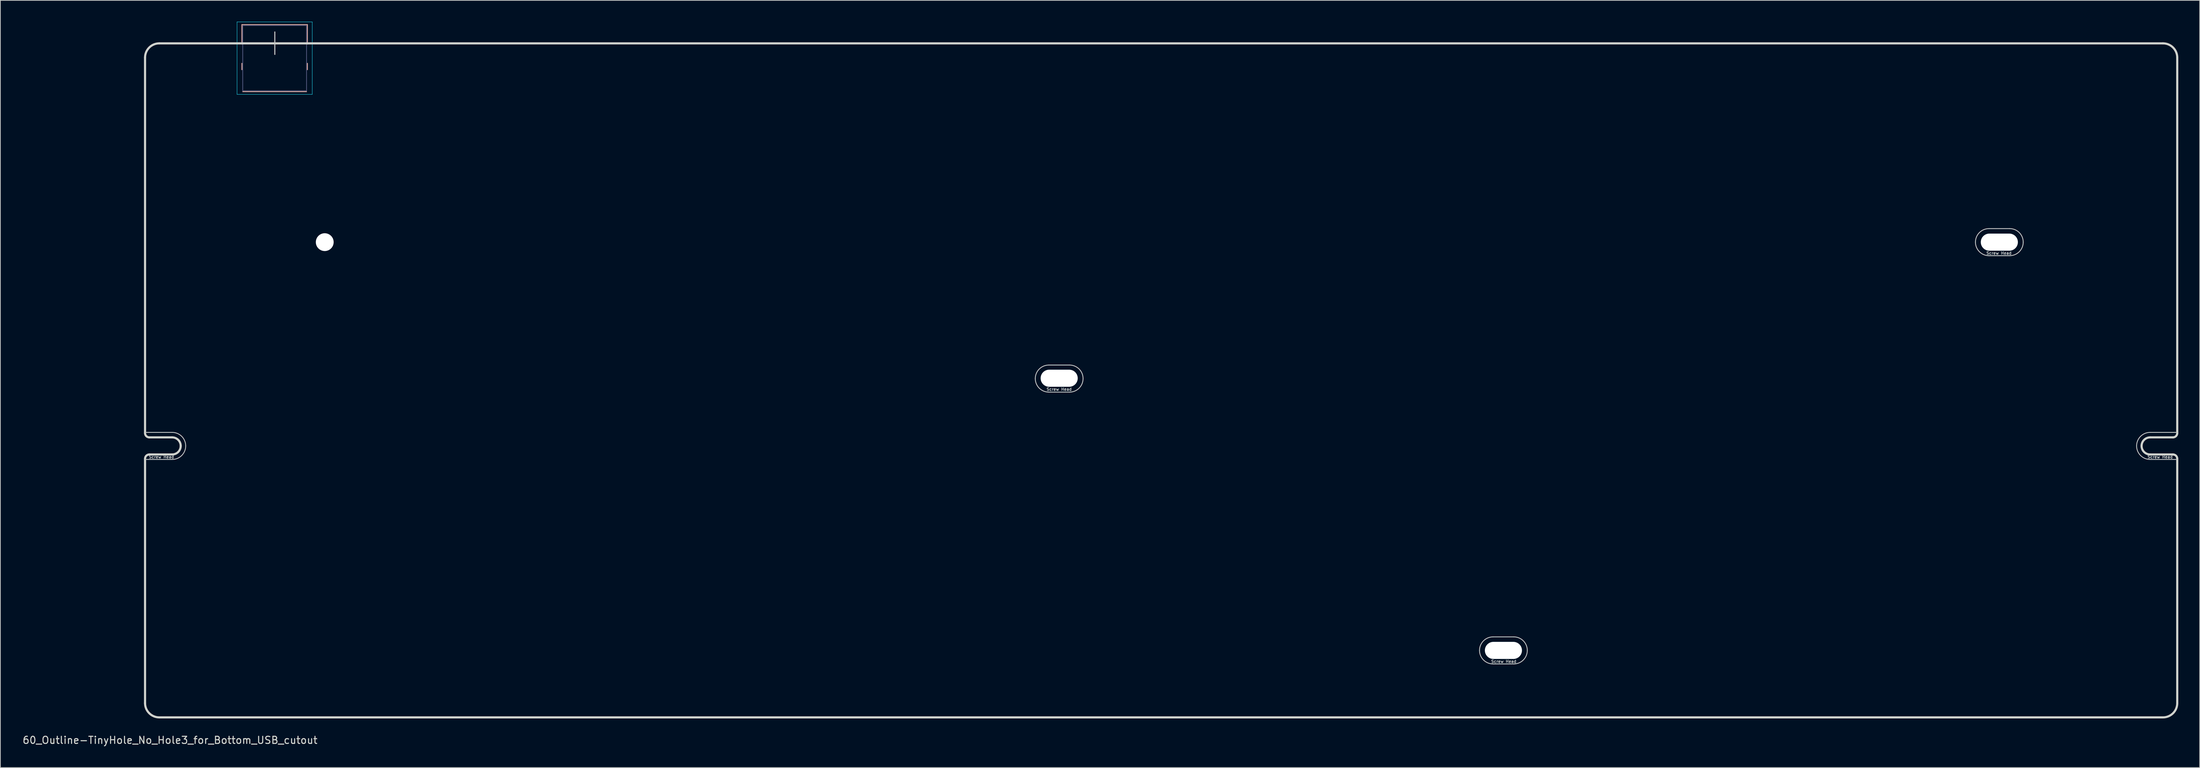
<source format=kicad_pcb>
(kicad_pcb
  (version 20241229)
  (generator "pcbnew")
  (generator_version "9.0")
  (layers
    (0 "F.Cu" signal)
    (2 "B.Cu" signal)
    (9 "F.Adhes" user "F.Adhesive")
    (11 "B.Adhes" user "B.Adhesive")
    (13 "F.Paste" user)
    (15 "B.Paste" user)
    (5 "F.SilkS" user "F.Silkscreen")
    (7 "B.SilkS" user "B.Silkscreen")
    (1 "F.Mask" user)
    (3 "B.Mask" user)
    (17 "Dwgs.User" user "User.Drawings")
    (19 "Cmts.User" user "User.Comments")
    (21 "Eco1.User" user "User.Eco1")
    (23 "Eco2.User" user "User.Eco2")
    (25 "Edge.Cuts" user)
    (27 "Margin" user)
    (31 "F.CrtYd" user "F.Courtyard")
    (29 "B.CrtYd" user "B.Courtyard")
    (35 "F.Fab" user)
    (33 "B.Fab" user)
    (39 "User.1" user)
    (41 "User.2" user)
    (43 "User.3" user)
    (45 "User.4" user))
  (footprint "60_Outline-TinyHole_No_Hole3_for_Bottom_USB_cutout"
    (layer "F.Cu")
    (at 35.492 3.035)
    (property "Reference" "60_Outline-TinyHole_No_Hole3_for_Bottom_USB_cutout" (at -14.7 97.8 0) (layer "Edge.Cuts") (effects (font (size 1 1) (thickness 0.15))))
    (attr through_hole)
    (fp_line (start -4.62 -2.63) (end 4.57 -2.63) (stroke (width 0.12) (type solid)) (layer "B.SilkS"))
    (fp_line (start -4.62 0.1) (end -4.62 -2.63) (stroke (width 0.12) (type solid)) (layer "B.SilkS"))
    (fp_line (start -4.62 3.7) (end -4.62 2.8) (stroke (width 0.12) (type solid)) (layer "B.SilkS"))
    (fp_line (start -4.5 6.78) (end 4.45 6.78) (stroke (width 0.12) (type solid)) (layer "B.SilkS"))
    (fp_line (start 4.57 0.1) (end 4.57 -2.63) (stroke (width 0.12) (type solid)) (layer "B.SilkS"))
    (fp_line (start 4.57 3.7) (end 4.57 2.8) (stroke (width 0.12) (type solid)) (layer "B.SilkS"))
    (fp_line (start -18.2 54.6) (end -14.4 54.6) (stroke (width 0.12) (type solid)) (layer "Dwgs.User"))
    (fp_line (start -18.2 58.4) (end -14.4 58.4) (stroke (width 0.12) (type solid)) (layer "Dwgs.User"))
    (fp_line (start 0 -1.6) (end 0 1.55) (stroke (width 0.15) (type solid)) (layer "Dwgs.User"))
    (fp_line (start 108.55 45.15) (end 111.45 45.15) (stroke (width 0.12) (type solid)) (layer "Dwgs.User"))
    (fp_line (start 108.55 48.95) (end 111.45 48.95) (stroke (width 0.12) (type solid)) (layer "Dwgs.User"))
    (fp_line (start 170.85 83.3) (end 173.75 83.3) (stroke (width 0.12) (type solid)) (layer "Dwgs.User"))
    (fp_line (start 170.85 87.1) (end 173.75 87.1) (stroke (width 0.12) (type solid)) (layer "Dwgs.User"))
    (fp_line (start 240.4 26) (end 243.3 26) (stroke (width 0.12) (type solid)) (layer "Dwgs.User"))
    (fp_line (start 240.4 29.8) (end 243.3 29.8) (stroke (width 0.12) (type solid)) (layer "Dwgs.User"))
    (fp_line (start 263 54.6) (end 266.8 54.6) (stroke (width 0.12) (type solid)) (layer "Dwgs.User"))
    (fp_line (start 263 58.4) (end 266.8 58.4) (stroke (width 0.12) (type solid)) (layer "Dwgs.User"))
    (fp_arc (start -14.4 54.6) (mid -13.056497 55.156497) (end -12.5 56.5) (stroke (width 0.12) (type solid)) (layer "Dwgs.User"))
    (fp_arc (start -12.5 56.5) (mid -13.056497 57.843503) (end -14.4 58.4) (stroke (width 0.12) (type solid)) (layer "Dwgs.User"))
    (fp_arc (start 106.65 47.05) (mid 107.206497 45.706497) (end 108.55 45.15) (stroke (width 0.12) (type solid)) (layer "Dwgs.User"))
    (fp_arc (start 108.55 48.95) (mid 107.206497 48.393503) (end 106.65 47.05) (stroke (width 0.12) (type solid)) (layer "Dwgs.User"))
    (fp_arc (start 111.45 45.15) (mid 112.793503 45.706497) (end 113.35 47.05) (stroke (width 0.12) (type solid)) (layer "Dwgs.User"))
    (fp_arc (start 113.35 47.05) (mid 112.793503 48.393503) (end 111.45 48.95) (stroke (width 0.12) (type solid)) (layer "Dwgs.User"))
    (fp_arc (start 168.95 85.2) (mid 169.506497 83.856497) (end 170.85 83.3) (stroke (width 0.12) (type solid)) (layer "Dwgs.User"))
    (fp_arc (start 170.85 87.1) (mid 169.506497 86.543503) (end 168.95 85.2) (stroke (width 0.12) (type solid)) (layer "Dwgs.User"))
    (fp_arc (start 173.75 83.3) (mid 175.093503 83.856497) (end 175.65 85.2) (stroke (width 0.12) (type solid)) (layer "Dwgs.User"))
    (fp_arc (start 175.65 85.2) (mid 175.093503 86.543503) (end 173.75 87.1) (stroke (width 0.12) (type solid)) (layer "Dwgs.User"))
    (fp_arc (start 238.5 27.9) (mid 239.056497 26.556497) (end 240.4 26) (stroke (width 0.12) (type solid)) (layer "Dwgs.User"))
    (fp_arc (start 240.4 29.8) (mid 239.056497 29.243503) (end 238.5 27.9) (stroke (width 0.12) (type solid)) (layer "Dwgs.User"))
    (fp_arc (start 243.3 26) (mid 244.643503 26.556497) (end 245.2 27.9) (stroke (width 0.12) (type solid)) (layer "Dwgs.User"))
    (fp_arc (start 245.2 27.9) (mid 244.643503 29.243503) (end 243.3 29.8) (stroke (width 0.12) (type solid)) (layer "Dwgs.User"))
    (fp_arc (start 261.1 56.5) (mid 261.656497 55.156497) (end 263 54.6) (stroke (width 0.12) (type solid)) (layer "Dwgs.User"))
    (fp_arc (start 263 58.4) (mid 261.656497 57.843503) (end 261.1 56.5) (stroke (width 0.12) (type solid)) (layer "Dwgs.User"))
    (fp_line (start -18.2 54.7) (end -18.2 2) (stroke (width 0.3) (type solid)) (layer "Edge.Cuts"))
    (fp_line (start -18.2 92.6) (end -18.2 58.3) (stroke (width 0.3) (type solid)) (layer "Edge.Cuts"))
    (fp_line (start -17.6 57.7) (end -14.4 57.7) (stroke (width 0.3) (type solid)) (layer "Edge.Cuts"))
    (fp_line (start -14.4 55.3) (end -17.6 55.3) (stroke (width 0.3) (type solid)) (layer "Edge.Cuts"))
    (fp_line (start 263 57.7) (end 266.2 57.7) (stroke (width 0.3) (type solid)) (layer "Edge.Cuts"))
    (fp_line (start 264.8 0) (end -16.2 0) (stroke (width 0.3) (type solid)) (layer "Edge.Cuts"))
    (fp_line (start 264.8 94.6) (end -16.2 94.6) (stroke (width 0.3) (type solid)) (layer "Edge.Cuts"))
    (fp_line (start 266.2 55.3) (end 263 55.3) (stroke (width 0.3) (type solid)) (layer "Edge.Cuts"))
    (fp_line (start 266.8 54.7) (end 266.8 2) (stroke (width 0.3) (type solid)) (layer "Edge.Cuts"))
    (fp_line (start 266.8 58.3) (end 266.8 92.6) (stroke (width 0.3) (type solid)) (layer "Edge.Cuts"))
    (fp_arc (start -18.2 2) (mid -17.614214 0.585786) (end -16.2 0) (stroke (width 0.3) (type solid)) (layer "Edge.Cuts"))
    (fp_arc (start -18.2 58.3) (mid -18.024264 57.875736) (end -17.6 57.7) (stroke (width 0.3) (type solid)) (layer "Edge.Cuts"))
    (fp_arc (start -17.6 55.3) (mid -18.024264 55.124264) (end -18.2 54.7) (stroke (width 0.3) (type solid)) (layer "Edge.Cuts"))
    (fp_arc (start -16.2 94.6) (mid -17.614214 94.014214) (end -18.2 92.6) (stroke (width 0.3) (type solid)) (layer "Edge.Cuts"))
    (fp_arc (start -14.4 55.3) (mid -13.551472 55.651472) (end -13.2 56.5) (stroke (width 0.3) (type solid)) (layer "Edge.Cuts"))
    (fp_arc (start -13.2 56.5) (mid -13.551472 57.348528) (end -14.4 57.7) (stroke (width 0.3) (type solid)) (layer "Edge.Cuts"))
    (fp_arc (start 261.8 56.5) (mid 262.151472 55.651472) (end 263 55.3) (stroke (width 0.3) (type solid)) (layer "Edge.Cuts"))
    (fp_arc (start 263 57.7) (mid 262.151472 57.348528) (end 261.8 56.5) (stroke (width 0.3) (type solid)) (layer "Edge.Cuts"))
    (fp_arc (start 264.8 0) (mid 266.214214 0.585786) (end 266.8 2) (stroke (width 0.3) (type solid)) (layer "Edge.Cuts"))
    (fp_arc (start 266.2 57.7) (mid 266.624264 57.875736) (end 266.8 58.3) (stroke (width 0.3) (type solid)) (layer "Edge.Cuts"))
    (fp_arc (start 266.8 54.7) (mid 266.624264 55.124264) (end 266.2 55.3) (stroke (width 0.3) (type solid)) (layer "Edge.Cuts"))
    (fp_arc (start 266.8 92.6) (mid 266.214214 94.014214) (end 264.8 94.6) (stroke (width 0.3) (type solid)) (layer "Edge.Cuts"))
    (fp_line (start -5.3 -3.01) (end 5.25 -3.01) (stroke (width 0.05) (type solid)) (layer "B.CrtYd"))
    (fp_line (start -5.3 7.16) (end -5.3 -3.01) (stroke (width 0.05) (type solid)) (layer "B.CrtYd"))
    (fp_line (start -5.3 7.16) (end 5.25 7.16) (stroke (width 0.05) (type solid)) (layer "B.CrtYd"))
    (fp_line (start 5.25 7.16) (end 5.25 -3.01) (stroke (width 0.05) (type solid)) (layer "B.CrtYd"))
    (fp_line (start -4.5 -2.51) (end 4.45 -2.51) (stroke (width 0.1) (type solid)) (layer "B.Fab"))
    (fp_line (start -4.5 6.66) (end -4.5 -2.51) (stroke (width 0.1) (type solid)) (layer "B.Fab"))
    (fp_line (start -4.5 6.66) (end 4.45 6.66) (stroke (width 0.1) (type solid)) (layer "B.Fab"))
    (fp_line (start -3.025 0) (end 2.975 0) (stroke (width 0.1) (type solid)) (layer "B.Fab"))
    (fp_line (start 4.45 6.66) (end 4.45 -2.51) (stroke (width 0.1) (type solid)) (layer "B.Fab"))
    (fp_text user "Screw Head" (at 172.35 86.75 0) (layer "Dwgs.User") (effects (font (size 0.4 0.4) (thickness 0.08))))
    (fp_text user "Screw Head" (at 241.8 29.45 0) (layer "Dwgs.User") (effects (font (size 0.4 0.4) (thickness 0.08))))
    (fp_text user "Screw Head" (at 264.4 58.05 0) (layer "Dwgs.User") (effects (font (size 0.4 0.4) (thickness 0.08))))
    (fp_text user "Screw Head" (at 110 48.55 0) (layer "Dwgs.User") (effects (font (size 0.4 0.4) (thickness 0.08))))
    (fp_text user "Screw Head" (at -15.9 58.05 0) (layer "Dwgs.User") (effects (font (size 0.4 0.4) (thickness 0.08))))
    (pad "" np_thru_hole circle (at 7 27.9) (size 2.499 2.499) (drill 2.499) (layers "*.Cu" "*.Mask"))
    (pad "" np_thru_hole oval (at 110 47) (size 5.2 2.4) (drill oval 5.2 2.4) (layers "*.Cu" "*.Mask"))
    (pad "" np_thru_hole oval (at 172.3 85.2) (size 5.2 2.4) (drill oval 5.2 2.4) (layers "*.Cu" "*.Mask"))
    (pad "" np_thru_hole oval (at 241.85 27.9) (size 5.2 2.4) (drill oval 5.2 2.4) (layers "*.Cu" "*.Mask")))
  (gr_rect
    (start -3 -3)
    (end 305.442 104.683)
    (stroke (width 0.1) (type default))
    (fill no)
    (layer "Edge.Cuts")))
</source>
